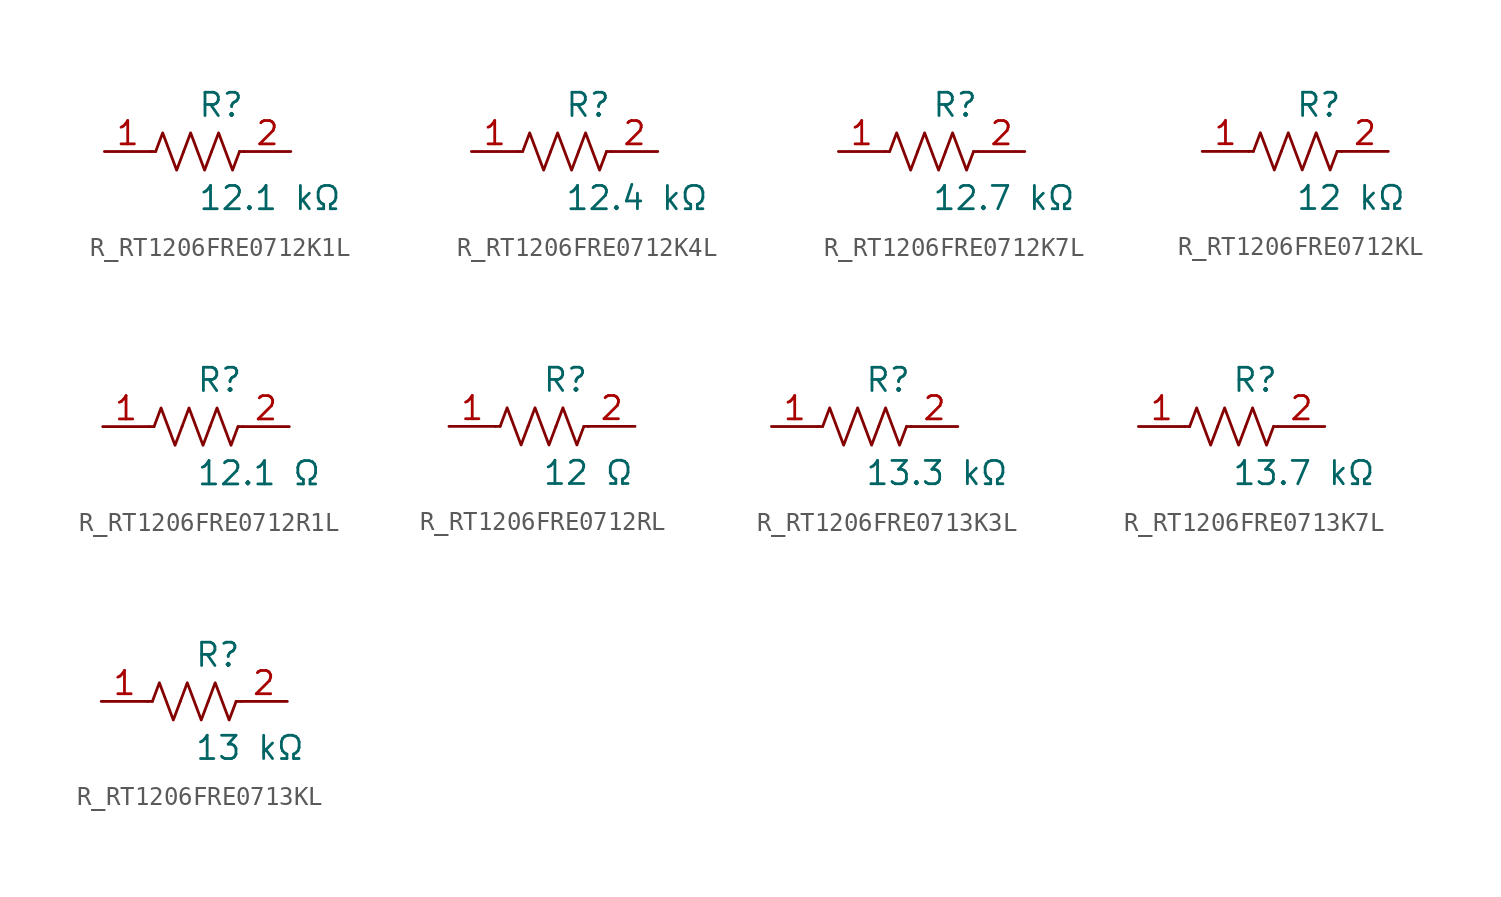
<source format=kicad_sym>
(kicad_symbol_lib
  (version 20231120)
  (generator kicad_symbol_editor)
  (generator_version 8.0)
  (symbol "R_RT1206FRE0712K1L"
    (pin_names
      (offset 0.254))
    (property "Reference" "R"
      (at 0 2.54 0)
      (effects (font (size 1.27 1.27)) (justify left)))
    (property "Value" "12.1 kΩ"
      (at 0 -2.54 0)
      (effects (font (size 1.27 1.27)) (justify left)))
    (symbol "R_RT1206FRE0712K1L_0_1"
      (polyline (pts (xy 2.286 0) (xy 2.54 0)) (stroke (width 0) (type default)) (fill (type none)))
      (polyline (pts (xy -2.286 0) (xy -2.54 0)) (stroke (width 0) (type default)) (fill (type none)))
      (polyline (pts (xy 0.762 0) (xy 1.143 1.016) (xy 1.524 0) (xy 1.905 -1.016) (xy 2.286 0)) (stroke (width 0) (type default)) (fill (type none)))
      (polyline (pts (xy -0.762 0) (xy -0.381 1.016) (xy 0 0) (xy 0.381 -1.016) (xy 0.762 0)) (stroke (width 0) (type default)) (fill (type none)))
      (polyline (pts (xy -2.286 0) (xy -1.905 1.016) (xy -1.524 0) (xy -1.143 -1.016) (xy -0.762 0)) (stroke (width 0) (type default)) (fill (type none))))
    (pin unspecified line
      (at -5.08 0 0)
      (length 2.54)
      (name "" (effects (font (size 1.27 1.27))))
      (number "1" (effects (font (size 1.27 1.27)))))
    (pin unspecified line
      (at 5.08 0 180)
      (length 2.54)
      (name "" (effects (font (size 1.27 1.27))))
      (number "2" (effects (font (size 1.27 1.27))))))
  (symbol "R_RT1206FRE0712K4L"
    (pin_names
      (offset 0.254))
    (property "Reference" "R"
      (at 0 2.54 0)
      (effects (font (size 1.27 1.27)) (justify left)))
    (property "Value" "12.4 kΩ"
      (at 0 -2.54 0)
      (effects (font (size 1.27 1.27)) (justify left)))
    (symbol "R_RT1206FRE0712K4L_0_1"
      (polyline (pts (xy 2.286 0) (xy 2.54 0)) (stroke (width 0) (type default)) (fill (type none)))
      (polyline (pts (xy -2.286 0) (xy -2.54 0)) (stroke (width 0) (type default)) (fill (type none)))
      (polyline (pts (xy 0.762 0) (xy 1.143 1.016) (xy 1.524 0) (xy 1.905 -1.016) (xy 2.286 0)) (stroke (width 0) (type default)) (fill (type none)))
      (polyline (pts (xy -0.762 0) (xy -0.381 1.016) (xy 0 0) (xy 0.381 -1.016) (xy 0.762 0)) (stroke (width 0) (type default)) (fill (type none)))
      (polyline (pts (xy -2.286 0) (xy -1.905 1.016) (xy -1.524 0) (xy -1.143 -1.016) (xy -0.762 0)) (stroke (width 0) (type default)) (fill (type none))))
    (pin unspecified line
      (at -5.08 0 0)
      (length 2.54)
      (name "" (effects (font (size 1.27 1.27))))
      (number "1" (effects (font (size 1.27 1.27)))))
    (pin unspecified line
      (at 5.08 0 180)
      (length 2.54)
      (name "" (effects (font (size 1.27 1.27))))
      (number "2" (effects (font (size 1.27 1.27))))))
  (symbol "R_RT1206FRE0712K7L"
    (pin_names
      (offset 0.254))
    (property "Reference" "R"
      (at 0 2.54 0)
      (effects (font (size 1.27 1.27)) (justify left)))
    (property "Value" "12.7 kΩ"
      (at 0 -2.54 0)
      (effects (font (size 1.27 1.27)) (justify left)))
    (symbol "R_RT1206FRE0712K7L_0_1"
      (polyline (pts (xy 2.286 0) (xy 2.54 0)) (stroke (width 0) (type default)) (fill (type none)))
      (polyline (pts (xy -2.286 0) (xy -2.54 0)) (stroke (width 0) (type default)) (fill (type none)))
      (polyline (pts (xy 0.762 0) (xy 1.143 1.016) (xy 1.524 0) (xy 1.905 -1.016) (xy 2.286 0)) (stroke (width 0) (type default)) (fill (type none)))
      (polyline (pts (xy -0.762 0) (xy -0.381 1.016) (xy 0 0) (xy 0.381 -1.016) (xy 0.762 0)) (stroke (width 0) (type default)) (fill (type none)))
      (polyline (pts (xy -2.286 0) (xy -1.905 1.016) (xy -1.524 0) (xy -1.143 -1.016) (xy -0.762 0)) (stroke (width 0) (type default)) (fill (type none))))
    (pin unspecified line
      (at -5.08 0 0)
      (length 2.54)
      (name "" (effects (font (size 1.27 1.27))))
      (number "1" (effects (font (size 1.27 1.27)))))
    (pin unspecified line
      (at 5.08 0 180)
      (length 2.54)
      (name "" (effects (font (size 1.27 1.27))))
      (number "2" (effects (font (size 1.27 1.27))))))
  (symbol "R_RT1206FRE0712KL"
    (pin_names
      (offset 0.254))
    (property "Reference" "R"
      (at 0 2.54 0)
      (effects (font (size 1.27 1.27)) (justify left)))
    (property "Value" "12 kΩ"
      (at 0 -2.54 0)
      (effects (font (size 1.27 1.27)) (justify left)))
    (symbol "R_RT1206FRE0712KL_0_1"
      (polyline (pts (xy 2.286 0) (xy 2.54 0)) (stroke (width 0) (type default)) (fill (type none)))
      (polyline (pts (xy -2.286 0) (xy -2.54 0)) (stroke (width 0) (type default)) (fill (type none)))
      (polyline (pts (xy 0.762 0) (xy 1.143 1.016) (xy 1.524 0) (xy 1.905 -1.016) (xy 2.286 0)) (stroke (width 0) (type default)) (fill (type none)))
      (polyline (pts (xy -0.762 0) (xy -0.381 1.016) (xy 0 0) (xy 0.381 -1.016) (xy 0.762 0)) (stroke (width 0) (type default)) (fill (type none)))
      (polyline (pts (xy -2.286 0) (xy -1.905 1.016) (xy -1.524 0) (xy -1.143 -1.016) (xy -0.762 0)) (stroke (width 0) (type default)) (fill (type none))))
    (pin unspecified line
      (at -5.08 0 0)
      (length 2.54)
      (name "" (effects (font (size 1.27 1.27))))
      (number "1" (effects (font (size 1.27 1.27)))))
    (pin unspecified line
      (at 5.08 0 180)
      (length 2.54)
      (name "" (effects (font (size 1.27 1.27))))
      (number "2" (effects (font (size 1.27 1.27))))))
  (symbol "R_RT1206FRE0712R1L"
    (pin_names
      (offset 0.254))
    (property "Reference" "R"
      (at 0 2.54 0)
      (effects (font (size 1.27 1.27)) (justify left)))
    (property "Value" "12.1 Ω"
      (at 0 -2.54 0)
      (effects (font (size 1.27 1.27)) (justify left)))
    (symbol "R_RT1206FRE0712R1L_0_1"
      (polyline (pts (xy 2.286 0) (xy 2.54 0)) (stroke (width 0) (type default)) (fill (type none)))
      (polyline (pts (xy -2.286 0) (xy -2.54 0)) (stroke (width 0) (type default)) (fill (type none)))
      (polyline (pts (xy 0.762 0) (xy 1.143 1.016) (xy 1.524 0) (xy 1.905 -1.016) (xy 2.286 0)) (stroke (width 0) (type default)) (fill (type none)))
      (polyline (pts (xy -0.762 0) (xy -0.381 1.016) (xy 0 0) (xy 0.381 -1.016) (xy 0.762 0)) (stroke (width 0) (type default)) (fill (type none)))
      (polyline (pts (xy -2.286 0) (xy -1.905 1.016) (xy -1.524 0) (xy -1.143 -1.016) (xy -0.762 0)) (stroke (width 0) (type default)) (fill (type none))))
    (pin unspecified line
      (at -5.08 0 0)
      (length 2.54)
      (name "" (effects (font (size 1.27 1.27))))
      (number "1" (effects (font (size 1.27 1.27)))))
    (pin unspecified line
      (at 5.08 0 180)
      (length 2.54)
      (name "" (effects (font (size 1.27 1.27))))
      (number "2" (effects (font (size 1.27 1.27))))))
  (symbol "R_RT1206FRE0712RL"
    (pin_names
      (offset 0.254))
    (property "Reference" "R"
      (at 0 2.54 0)
      (effects (font (size 1.27 1.27)) (justify left)))
    (property "Value" "12 Ω"
      (at 0 -2.54 0)
      (effects (font (size 1.27 1.27)) (justify left)))
    (symbol "R_RT1206FRE0712RL_0_1"
      (polyline (pts (xy 2.286 0) (xy 2.54 0)) (stroke (width 0) (type default)) (fill (type none)))
      (polyline (pts (xy -2.286 0) (xy -2.54 0)) (stroke (width 0) (type default)) (fill (type none)))
      (polyline (pts (xy 0.762 0) (xy 1.143 1.016) (xy 1.524 0) (xy 1.905 -1.016) (xy 2.286 0)) (stroke (width 0) (type default)) (fill (type none)))
      (polyline (pts (xy -0.762 0) (xy -0.381 1.016) (xy 0 0) (xy 0.381 -1.016) (xy 0.762 0)) (stroke (width 0) (type default)) (fill (type none)))
      (polyline (pts (xy -2.286 0) (xy -1.905 1.016) (xy -1.524 0) (xy -1.143 -1.016) (xy -0.762 0)) (stroke (width 0) (type default)) (fill (type none))))
    (pin unspecified line
      (at -5.08 0 0)
      (length 2.54)
      (name "" (effects (font (size 1.27 1.27))))
      (number "1" (effects (font (size 1.27 1.27)))))
    (pin unspecified line
      (at 5.08 0 180)
      (length 2.54)
      (name "" (effects (font (size 1.27 1.27))))
      (number "2" (effects (font (size 1.27 1.27))))))
  (symbol "R_RT1206FRE0713K3L"
    (pin_names
      (offset 0.254))
    (property "Reference" "R"
      (at 0 2.54 0)
      (effects (font (size 1.27 1.27)) (justify left)))
    (property "Value" "13.3 kΩ"
      (at 0 -2.54 0)
      (effects (font (size 1.27 1.27)) (justify left)))
    (symbol "R_RT1206FRE0713K3L_0_1"
      (polyline (pts (xy 2.286 0) (xy 2.54 0)) (stroke (width 0) (type default)) (fill (type none)))
      (polyline (pts (xy -2.286 0) (xy -2.54 0)) (stroke (width 0) (type default)) (fill (type none)))
      (polyline (pts (xy 0.762 0) (xy 1.143 1.016) (xy 1.524 0) (xy 1.905 -1.016) (xy 2.286 0)) (stroke (width 0) (type default)) (fill (type none)))
      (polyline (pts (xy -0.762 0) (xy -0.381 1.016) (xy 0 0) (xy 0.381 -1.016) (xy 0.762 0)) (stroke (width 0) (type default)) (fill (type none)))
      (polyline (pts (xy -2.286 0) (xy -1.905 1.016) (xy -1.524 0) (xy -1.143 -1.016) (xy -0.762 0)) (stroke (width 0) (type default)) (fill (type none))))
    (pin unspecified line
      (at -5.08 0 0)
      (length 2.54)
      (name "" (effects (font (size 1.27 1.27))))
      (number "1" (effects (font (size 1.27 1.27)))))
    (pin unspecified line
      (at 5.08 0 180)
      (length 2.54)
      (name "" (effects (font (size 1.27 1.27))))
      (number "2" (effects (font (size 1.27 1.27))))))
  (symbol "R_RT1206FRE0713K7L"
    (pin_names
      (offset 0.254))
    (property "Reference" "R"
      (at 0 2.54 0)
      (effects (font (size 1.27 1.27)) (justify left)))
    (property "Value" "13.7 kΩ"
      (at 0 -2.54 0)
      (effects (font (size 1.27 1.27)) (justify left)))
    (symbol "R_RT1206FRE0713K7L_0_1"
      (polyline (pts (xy 2.286 0) (xy 2.54 0)) (stroke (width 0) (type default)) (fill (type none)))
      (polyline (pts (xy -2.286 0) (xy -2.54 0)) (stroke (width 0) (type default)) (fill (type none)))
      (polyline (pts (xy 0.762 0) (xy 1.143 1.016) (xy 1.524 0) (xy 1.905 -1.016) (xy 2.286 0)) (stroke (width 0) (type default)) (fill (type none)))
      (polyline (pts (xy -0.762 0) (xy -0.381 1.016) (xy 0 0) (xy 0.381 -1.016) (xy 0.762 0)) (stroke (width 0) (type default)) (fill (type none)))
      (polyline (pts (xy -2.286 0) (xy -1.905 1.016) (xy -1.524 0) (xy -1.143 -1.016) (xy -0.762 0)) (stroke (width 0) (type default)) (fill (type none))))
    (pin unspecified line
      (at -5.08 0 0)
      (length 2.54)
      (name "" (effects (font (size 1.27 1.27))))
      (number "1" (effects (font (size 1.27 1.27)))))
    (pin unspecified line
      (at 5.08 0 180)
      (length 2.54)
      (name "" (effects (font (size 1.27 1.27))))
      (number "2" (effects (font (size 1.27 1.27))))))
  (symbol "R_RT1206FRE0713KL"
    (pin_names
      (offset 0.254))
    (property "Reference" "R"
      (at 0 2.54 0)
      (effects (font (size 1.27 1.27)) (justify left)))
    (property "Value" "13 kΩ"
      (at 0 -2.54 0)
      (effects (font (size 1.27 1.27)) (justify left)))
    (symbol "R_RT1206FRE0713KL_0_1"
      (polyline (pts (xy 2.286 0) (xy 2.54 0)) (stroke (width 0) (type default)) (fill (type none)))
      (polyline (pts (xy -2.286 0) (xy -2.54 0)) (stroke (width 0) (type default)) (fill (type none)))
      (polyline (pts (xy 0.762 0) (xy 1.143 1.016) (xy 1.524 0) (xy 1.905 -1.016) (xy 2.286 0)) (stroke (width 0) (type default)) (fill (type none)))
      (polyline (pts (xy -0.762 0) (xy -0.381 1.016) (xy 0 0) (xy 0.381 -1.016) (xy 0.762 0)) (stroke (width 0) (type default)) (fill (type none)))
      (polyline (pts (xy -2.286 0) (xy -1.905 1.016) (xy -1.524 0) (xy -1.143 -1.016) (xy -0.762 0)) (stroke (width 0) (type default)) (fill (type none))))
    (pin unspecified line
      (at -5.08 0 0)
      (length 2.54)
      (name "" (effects (font (size 1.27 1.27))))
      (number "1" (effects (font (size 1.27 1.27)))))
    (pin unspecified line
      (at 5.08 0 180)
      (length 2.54)
      (name "" (effects (font (size 1.27 1.27))))
      (number "2" (effects (font (size 1.27 1.27)))))))
</source>
